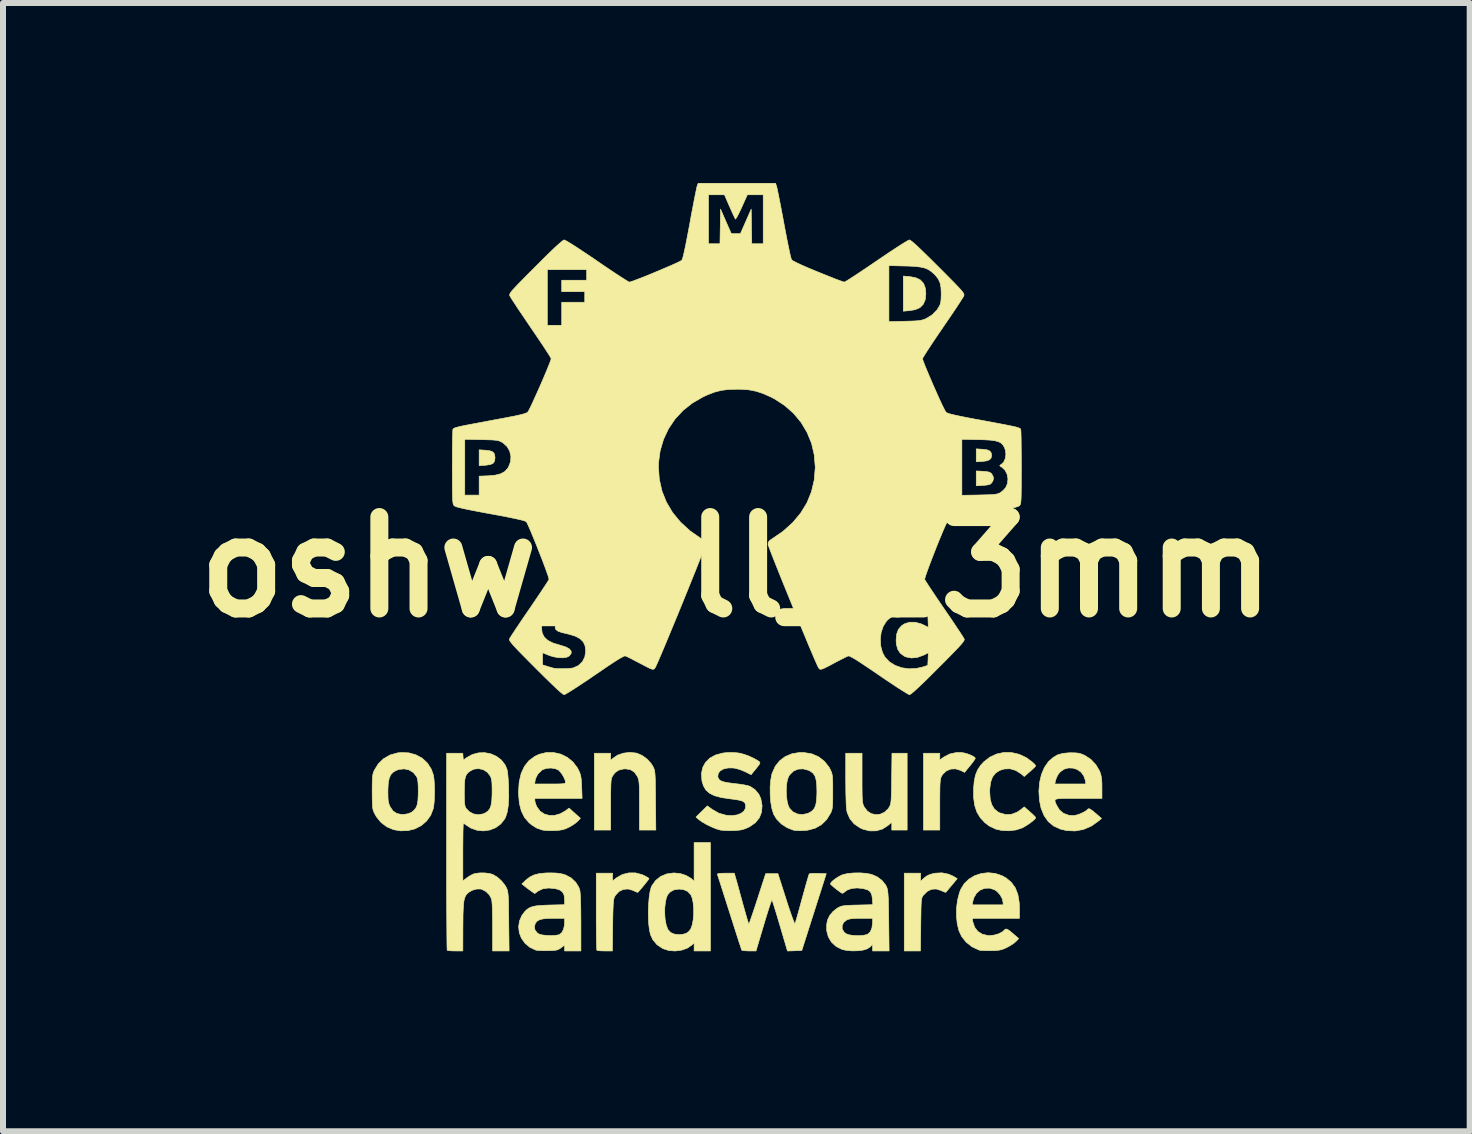
<source format=kicad_pcb>
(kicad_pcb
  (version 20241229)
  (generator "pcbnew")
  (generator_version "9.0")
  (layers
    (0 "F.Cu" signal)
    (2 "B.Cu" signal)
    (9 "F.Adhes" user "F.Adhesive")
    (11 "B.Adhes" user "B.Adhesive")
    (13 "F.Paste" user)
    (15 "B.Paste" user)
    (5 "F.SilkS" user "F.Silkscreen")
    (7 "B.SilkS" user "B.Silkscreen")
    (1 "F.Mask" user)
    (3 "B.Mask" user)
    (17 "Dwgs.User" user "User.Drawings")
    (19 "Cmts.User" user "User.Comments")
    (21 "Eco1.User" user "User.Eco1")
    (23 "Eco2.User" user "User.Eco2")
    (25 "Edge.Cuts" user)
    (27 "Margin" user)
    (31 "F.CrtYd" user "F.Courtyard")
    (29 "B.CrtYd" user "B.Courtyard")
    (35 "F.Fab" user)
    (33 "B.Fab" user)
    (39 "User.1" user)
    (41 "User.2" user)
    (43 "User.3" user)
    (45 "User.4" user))
  (footprint "oshw_all_13mm"
    (layer "F.Cu")
    (at 9.224 6.403)
    (property "Reference" "oshw_all_13mm" (at 0 0 0) (layer "F.SilkS") (effects (font (size 1.524 1.524) (thickness 0.3))))
    (attr through_hole)
    (fp_poly (pts (xy 4.105 -1.964) (xy 4.178 -1.955) (xy 4.225 -1.935) (xy 4.249 -1.902) (xy 4.255 -1.863) (xy 4.246 -1.818) (xy 4.218 -1.788) (xy 4.167 -1.77) (xy 4.105 -1.762) (xy 3.999 -1.756) (xy 3.999 -1.971) (xy 4.105 -1.964)) (stroke (width 0.01) (type solid)) (fill yes) (layer "F.SilkS"))
    (fp_poly (pts (xy -4.182 -1.948) (xy -4.108 -1.939) (xy -4.059 -1.92) (xy -4.033 -1.887) (xy -4.024 -1.836) (xy -4.023 -1.823) (xy -4.03 -1.769) (xy -4.052 -1.733) (xy -4.096 -1.711) (xy -4.165 -1.7) (xy -4.182 -1.698) (xy -4.287 -1.692) (xy -4.287 -1.955) (xy -4.182 -1.948)) (stroke (width 0.01) (type solid)) (fill yes) (layer "F.SilkS"))
    (fp_poly (pts (xy 2.886 -4.843) (xy 2.989 -4.824) (xy 3.067 -4.787) (xy 3.12 -4.73) (xy 3.15 -4.651) (xy 3.159 -4.559) (xy 3.149 -4.459) (xy 3.116 -4.382) (xy 3.061 -4.326) (xy 2.981 -4.291) (xy 2.886 -4.275) (xy 2.783 -4.266) (xy 2.783 -4.851) (xy 2.886 -4.843)) (stroke (width 0.01) (type solid)) (fill yes) (layer "F.SilkS"))
    (fp_poly (pts (xy 4.113 -1.597) (xy 4.176 -1.591) (xy 4.216 -1.583) (xy 4.242 -1.568) (xy 4.257 -1.553) (xy 4.279 -1.514) (xy 4.287 -1.48) (xy 4.277 -1.44) (xy 4.257 -1.406) (xy 4.235 -1.385) (xy 4.205 -1.373) (xy 4.158 -1.366) (xy 4.113 -1.362) (xy 3.999 -1.356) (xy 3.999 -1.603) (xy 4.113 -1.597)) (stroke (width 0.01) (type solid)) (fill yes) (layer "F.SilkS"))
    (fp_poly (pts (xy 3.802 3.099) (xy 3.862 3.116) (xy 3.917 3.138) (xy 3.959 3.161) (xy 3.981 3.181) (xy 3.983 3.187) (xy 3.973 3.206) (xy 3.948 3.243) (xy 3.911 3.291) (xy 3.893 3.313) (xy 3.804 3.422) (xy 3.739 3.389) (xy 3.657 3.363) (xy 3.576 3.366) (xy 3.502 3.396) (xy 3.442 3.451) (xy 3.419 3.488) (xy 3.41 3.508) (xy 3.404 3.533) (xy 3.399 3.568) (xy 3.395 3.616) (xy 3.393 3.681) (xy 3.392 3.767) (xy 3.391 3.879) (xy 3.391 3.963) (xy 3.391 4.383) (xy 3.119 4.383) (xy 3.119 3.103) (xy 3.391 3.103) (xy 3.391 3.215) (xy 3.454 3.169) (xy 3.554 3.116) (xy 3.666 3.091) (xy 3.747 3.09) (xy 3.802 3.099)) (stroke (width 0.01) (type solid)) (fill yes) (layer "F.SilkS"))
    (fp_poly (pts (xy 3.537 5.118) (xy 3.621 5.156) (xy 3.682 5.193) (xy 3.589 5.304) (xy 3.548 5.353) (xy 3.515 5.393) (xy 3.495 5.417) (xy 3.492 5.421) (xy 3.476 5.418) (xy 3.441 5.404) (xy 3.413 5.391) (xy 3.331 5.365) (xy 3.253 5.37) (xy 3.181 5.406) (xy 3.114 5.473) (xy 3.112 5.476) (xy 3.102 5.491) (xy 3.094 5.509) (xy 3.089 5.533) (xy 3.084 5.567) (xy 3.081 5.616) (xy 3.078 5.683) (xy 3.077 5.773) (xy 3.075 5.888) (xy 3.074 5.959) (xy 3.069 6.398) (xy 2.799 6.398) (xy 2.799 5.102) (xy 3.071 5.102) (xy 3.071 5.236) (xy 3.115 5.195) (xy 3.166 5.154) (xy 3.219 5.126) (xy 3.288 5.107) (xy 3.314 5.102) (xy 3.426 5.096) (xy 3.537 5.118)) (stroke (width 0.01) (type solid)) (fill yes) (layer "F.SilkS"))
    (fp_poly (pts (xy 2.095 3.516) (xy 2.095 3.642) (xy 2.096 3.741) (xy 2.097 3.816) (xy 2.1 3.871) (xy 2.103 3.912) (xy 2.109 3.942) (xy 2.116 3.966) (xy 2.126 3.988) (xy 2.132 3.999) (xy 2.183 4.066) (xy 2.248 4.109) (xy 2.322 4.126) (xy 2.397 4.119) (xy 2.468 4.087) (xy 2.529 4.03) (xy 2.55 3.999) (xy 2.56 3.98) (xy 2.568 3.958) (xy 2.574 3.93) (xy 2.579 3.891) (xy 2.582 3.837) (xy 2.585 3.764) (xy 2.587 3.668) (xy 2.588 3.544) (xy 2.589 3.523) (xy 2.594 3.103) (xy 2.847 3.103) (xy 2.847 4.383) (xy 2.591 4.383) (xy 2.591 4.252) (xy 2.527 4.307) (xy 2.435 4.366) (xy 2.332 4.396) (xy 2.223 4.397) (xy 2.112 4.369) (xy 2.061 4.346) (xy 1.964 4.28) (xy 1.893 4.195) (xy 1.848 4.092) (xy 1.841 4.062) (xy 1.836 4.022) (xy 1.831 3.954) (xy 1.828 3.863) (xy 1.825 3.753) (xy 1.824 3.629) (xy 1.823 3.542) (xy 1.823 3.103) (xy 2.095 3.103) (xy 2.095 3.516)) (stroke (width 0.01) (type solid)) (fill yes) (layer "F.SilkS"))
    (fp_poly (pts (xy -1.682 5.097) (xy -1.574 5.125) (xy -1.54 5.14) (xy -1.495 5.164) (xy -1.464 5.183) (xy -1.456 5.192) (xy -1.465 5.208) (xy -1.49 5.24) (xy -1.524 5.283) (xy -1.562 5.33) (xy -1.599 5.373) (xy -1.628 5.406) (xy -1.644 5.422) (xy -1.646 5.422) (xy -1.663 5.416) (xy -1.7 5.4) (xy -1.722 5.389) (xy -1.804 5.365) (xy -1.883 5.372) (xy -1.955 5.406) (xy -2.013 5.468) (xy -2.028 5.492) (xy -2.036 5.511) (xy -2.043 5.536) (xy -2.048 5.572) (xy -2.052 5.622) (xy -2.055 5.69) (xy -2.058 5.779) (xy -2.06 5.895) (xy -2.061 5.97) (xy -2.066 6.398) (xy -2.19 6.398) (xy -2.25 6.397) (xy -2.297 6.393) (xy -2.323 6.388) (xy -2.325 6.387) (xy -2.327 6.37) (xy -2.329 6.323) (xy -2.331 6.252) (xy -2.333 6.159) (xy -2.334 6.048) (xy -2.335 5.922) (xy -2.335 5.785) (xy -2.335 5.74) (xy -2.335 5.102) (xy -2.063 5.102) (xy -2.063 5.23) (xy -1.991 5.175) (xy -1.898 5.123) (xy -1.792 5.097) (xy -1.682 5.097)) (stroke (width 0.01) (type solid)) (fill yes) (layer "F.SilkS"))
    (fp_poly (pts (xy -1.672 3.099) (xy -1.654 3.103) (xy -1.567 3.142) (xy -1.484 3.203) (xy -1.417 3.279) (xy -1.392 3.32) (xy -1.38 3.343) (xy -1.371 3.365) (xy -1.364 3.389) (xy -1.359 3.421) (xy -1.355 3.463) (xy -1.352 3.519) (xy -1.35 3.594) (xy -1.349 3.69) (xy -1.347 3.813) (xy -1.347 3.891) (xy -1.342 4.383) (xy -1.615 4.383) (xy -1.615 3.97) (xy -1.616 3.844) (xy -1.616 3.746) (xy -1.617 3.671) (xy -1.62 3.615) (xy -1.624 3.574) (xy -1.629 3.543) (xy -1.637 3.518) (xy -1.647 3.496) (xy -1.651 3.486) (xy -1.701 3.417) (xy -1.765 3.376) (xy -1.846 3.363) (xy -1.877 3.364) (xy -1.961 3.384) (xy -2.026 3.429) (xy -2.067 3.488) (xy -2.076 3.508) (xy -2.083 3.533) (xy -2.088 3.568) (xy -2.091 3.616) (xy -2.093 3.681) (xy -2.095 3.767) (xy -2.095 3.879) (xy -2.095 3.963) (xy -2.095 4.383) (xy -2.367 4.383) (xy -2.367 3.103) (xy -2.095 3.103) (xy -2.095 3.221) (xy -2.059 3.188) (xy -1.979 3.134) (xy -1.882 3.101) (xy -1.776 3.088) (xy -1.672 3.099)) (stroke (width 0.01) (type solid)) (fill yes) (layer "F.SilkS"))
    (fp_poly (pts (xy 4.588 3.091) (xy 4.713 3.12) (xy 4.833 3.176) (xy 4.945 3.259) (xy 4.946 3.261) (xy 4.975 3.29) (xy 4.99 3.31) (xy 4.99 3.312) (xy 4.979 3.327) (xy 4.949 3.357) (xy 4.907 3.396) (xy 4.895 3.407) (xy 4.799 3.49) (xy 4.747 3.446) (xy 4.657 3.389) (xy 4.561 3.361) (xy 4.464 3.365) (xy 4.389 3.389) (xy 4.319 3.435) (xy 4.269 3.5) (xy 4.238 3.587) (xy 4.224 3.698) (xy 4.223 3.743) (xy 4.231 3.863) (xy 4.256 3.958) (xy 4.3 4.031) (xy 4.363 4.083) (xy 4.389 4.096) (xy 4.486 4.124) (xy 4.584 4.121) (xy 4.678 4.086) (xy 4.746 4.04) (xy 4.798 3.996) (xy 4.894 4.08) (xy 4.939 4.12) (xy 4.973 4.154) (xy 4.99 4.174) (xy 4.99 4.176) (xy 4.978 4.197) (xy 4.944 4.228) (xy 4.897 4.265) (xy 4.843 4.302) (xy 4.789 4.334) (xy 4.767 4.346) (xy 4.662 4.381) (xy 4.543 4.395) (xy 4.421 4.389) (xy 4.324 4.367) (xy 4.215 4.315) (xy 4.143 4.26) (xy 4.065 4.176) (xy 4.009 4.082) (xy 3.973 3.972) (xy 3.955 3.843) (xy 3.954 3.694) (xy 3.965 3.568) (xy 3.986 3.467) (xy 4.021 3.381) (xy 4.072 3.304) (xy 4.125 3.246) (xy 4.227 3.167) (xy 4.34 3.115) (xy 4.462 3.089) (xy 4.588 3.091)) (stroke (width 0.01) (type solid)) (fill yes) (layer "F.SilkS"))
    (fp_poly (pts (xy -0.432 6.398) (xy -0.704 6.398) (xy -0.704 6.264) (xy -0.74 6.298) (xy -0.818 6.352) (xy -0.914 6.385) (xy -1.019 6.399) (xy -1.125 6.391) (xy -1.222 6.36) (xy -1.228 6.357) (xy -1.322 6.294) (xy -1.392 6.211) (xy -1.431 6.127) (xy -1.448 6.051) (xy -1.46 5.954) (xy -1.466 5.844) (xy -1.466 5.778) (xy -1.194 5.778) (xy -1.187 5.871) (xy -1.168 5.971) (xy -1.139 6.043) (xy -1.095 6.091) (xy -1.036 6.117) (xy -0.956 6.126) (xy -0.955 6.126) (xy -0.898 6.121) (xy -0.847 6.109) (xy -0.833 6.103) (xy -0.789 6.071) (xy -0.757 6.025) (xy -0.734 5.959) (xy -0.718 5.87) (xy -0.711 5.779) (xy -0.712 5.684) (xy -0.72 5.594) (xy -0.736 5.518) (xy -0.757 5.465) (xy -0.759 5.462) (xy -0.811 5.406) (xy -0.881 5.375) (xy -0.952 5.367) (xy -1.037 5.379) (xy -1.103 5.414) (xy -1.145 5.462) (xy -1.167 5.515) (xy -1.183 5.59) (xy -1.193 5.681) (xy -1.194 5.778) (xy -1.466 5.778) (xy -1.467 5.728) (xy -1.462 5.612) (xy -1.453 5.504) (xy -1.439 5.41) (xy -1.42 5.338) (xy -1.41 5.315) (xy -1.347 5.225) (xy -1.263 5.157) (xy -1.161 5.114) (xy -1.045 5.098) (xy -1.04 5.098) (xy -0.935 5.108) (xy -0.837 5.14) (xy -0.756 5.188) (xy -0.74 5.202) (xy -0.704 5.236) (xy -0.704 4.591) (xy -0.432 4.591) (xy -0.432 6.398)) (stroke (width 0.01) (type solid)) (fill yes) (layer "F.SilkS"))
    (fp_poly (pts (xy 4.315 5.106) (xy 4.428 5.144) (xy 4.497 5.182) (xy 4.585 5.256) (xy 4.65 5.347) (xy 4.693 5.459) (xy 4.715 5.592) (xy 4.719 5.686) (xy 4.719 5.854) (xy 3.931 5.854) (xy 3.942 5.914) (xy 3.973 6.005) (xy 4.027 6.074) (xy 4.102 6.12) (xy 4.195 6.141) (xy 4.226 6.142) (xy 4.301 6.133) (xy 4.375 6.111) (xy 4.434 6.08) (xy 4.461 6.057) (xy 4.478 6.039) (xy 4.496 6.032) (xy 4.52 6.039) (xy 4.555 6.062) (xy 4.604 6.103) (xy 4.648 6.141) (xy 4.706 6.192) (xy 4.661 6.24) (xy 4.622 6.272) (xy 4.567 6.308) (xy 4.511 6.339) (xy 4.459 6.363) (xy 4.414 6.378) (xy 4.367 6.387) (xy 4.305 6.392) (xy 4.247 6.393) (xy 4.174 6.393) (xy 4.11 6.391) (xy 4.062 6.387) (xy 4.047 6.384) (xy 3.929 6.329) (xy 3.828 6.249) (xy 3.753 6.153) (xy 3.71 6.059) (xy 3.682 5.945) (xy 3.669 5.817) (xy 3.67 5.683) (xy 3.677 5.63) (xy 3.931 5.63) (xy 4.447 5.63) (xy 4.447 5.594) (xy 4.433 5.529) (xy 4.397 5.463) (xy 4.345 5.406) (xy 4.303 5.377) (xy 4.22 5.351) (xy 4.139 5.354) (xy 4.066 5.383) (xy 4.004 5.435) (xy 3.96 5.509) (xy 3.942 5.57) (xy 3.931 5.63) (xy 3.677 5.63) (xy 3.687 5.551) (xy 3.719 5.428) (xy 3.739 5.374) (xy 3.798 5.277) (xy 3.878 5.2) (xy 3.975 5.142) (xy 4.084 5.107) (xy 4.198 5.094) (xy 4.315 5.106)) (stroke (width 0.01) (type solid)) (fill yes) (layer "F.SilkS"))
    (fp_poly (pts (xy 1.128 3.091) (xy 1.258 3.113) (xy 1.373 3.163) (xy 1.47 3.239) (xy 1.547 3.338) (xy 1.573 3.389) (xy 1.586 3.419) (xy 1.595 3.45) (xy 1.601 3.488) (xy 1.605 3.538) (xy 1.607 3.607) (xy 1.607 3.7) (xy 1.607 3.743) (xy 1.607 3.846) (xy 1.606 3.924) (xy 1.603 3.98) (xy 1.598 4.022) (xy 1.59 4.055) (xy 1.579 4.085) (xy 1.573 4.097) (xy 1.506 4.207) (xy 1.419 4.292) (xy 1.314 4.352) (xy 1.19 4.385) (xy 1.125 4.391) (xy 1.057 4.393) (xy 0.997 4.391) (xy 0.955 4.385) (xy 0.952 4.385) (xy 0.845 4.343) (xy 0.749 4.28) (xy 0.672 4.201) (xy 0.623 4.121) (xy 0.594 4.031) (xy 0.574 3.92) (xy 0.564 3.796) (xy 0.564 3.719) (xy 0.832 3.719) (xy 0.835 3.815) (xy 0.847 3.905) (xy 0.866 3.979) (xy 0.885 4.018) (xy 0.943 4.079) (xy 1.017 4.115) (xy 1.101 4.125) (xy 1.186 4.107) (xy 1.217 4.094) (xy 1.265 4.063) (xy 1.3 4.022) (xy 1.323 3.966) (xy 1.337 3.891) (xy 1.342 3.792) (xy 1.343 3.743) (xy 1.34 3.632) (xy 1.33 3.548) (xy 1.312 3.486) (xy 1.283 3.44) (xy 1.241 3.407) (xy 1.206 3.388) (xy 1.115 3.363) (xy 1.03 3.367) (xy 0.954 3.399) (xy 0.892 3.459) (xy 0.874 3.485) (xy 0.851 3.545) (xy 0.837 3.626) (xy 0.832 3.719) (xy 0.564 3.719) (xy 0.563 3.67) (xy 0.573 3.551) (xy 0.593 3.447) (xy 0.598 3.433) (xy 0.648 3.321) (xy 0.722 3.228) (xy 0.816 3.157) (xy 0.928 3.111) (xy 1.054 3.09) (xy 1.128 3.091)) (stroke (width 0.01) (type solid)) (fill yes) (layer "F.SilkS"))
    (fp_poly (pts (xy -3.043 3.091) (xy -2.926 3.118) (xy -2.818 3.171) (xy -2.724 3.248) (xy -2.649 3.347) (xy -2.626 3.391) (xy -2.607 3.436) (xy -2.594 3.48) (xy -2.586 3.534) (xy -2.581 3.605) (xy -2.578 3.667) (xy -2.571 3.855) (xy -3.359 3.855) (xy -3.359 3.891) (xy -3.352 3.927) (xy -3.334 3.976) (xy -3.323 3.999) (xy -3.271 4.069) (xy -3.201 4.116) (xy -3.119 4.139) (xy -3.029 4.138) (xy -2.936 4.112) (xy -2.846 4.061) (xy -2.839 4.055) (xy -2.789 4.017) (xy -2.694 4.102) (xy -2.599 4.187) (xy -2.647 4.238) (xy -2.687 4.272) (xy -2.743 4.309) (xy -2.795 4.338) (xy -2.853 4.364) (xy -2.906 4.379) (xy -2.967 4.388) (xy -3.035 4.392) (xy -3.107 4.393) (xy -3.175 4.39) (xy -3.226 4.384) (xy -3.236 4.382) (xy -3.327 4.35) (xy -3.41 4.298) (xy -3.457 4.259) (xy -3.531 4.173) (xy -3.584 4.066) (xy -3.617 3.937) (xy -3.63 3.784) (xy -3.631 3.748) (xy -3.622 3.615) (xy -3.363 3.615) (xy -3.105 3.615) (xy -3.009 3.615) (xy -2.94 3.614) (xy -2.894 3.611) (xy -2.866 3.607) (xy -2.852 3.6) (xy -2.847 3.591) (xy -2.847 3.586) (xy -2.857 3.543) (xy -2.883 3.489) (xy -2.917 3.435) (xy -2.953 3.393) (xy -2.964 3.384) (xy -3.02 3.359) (xy -3.09 3.349) (xy -3.163 3.354) (xy -3.224 3.374) (xy -3.241 3.384) (xy -3.309 3.45) (xy -3.347 3.526) (xy -3.353 3.555) (xy -3.363 3.615) (xy -3.622 3.615) (xy -3.62 3.582) (xy -3.587 3.44) (xy -3.532 3.321) (xy -3.456 3.225) (xy -3.357 3.153) (xy -3.286 3.12) (xy -3.165 3.09) (xy -3.043 3.091)) (stroke (width 0.01) (type solid)) (fill yes) (layer "F.SilkS"))
    (fp_poly (pts (xy -5.46 3.096) (xy -5.341 3.129) (xy -5.236 3.186) (xy -5.15 3.266) (xy -5.086 3.366) (xy -5.052 3.459) (xy -5.041 3.522) (xy -5.034 3.608) (xy -5.031 3.706) (xy -5.032 3.807) (xy -5.036 3.903) (xy -5.044 3.983) (xy -5.052 4.026) (xy -5.096 4.139) (xy -5.165 4.234) (xy -5.253 4.309) (xy -5.358 4.363) (xy -5.474 4.392) (xy -5.599 4.396) (xy -5.711 4.377) (xy -5.824 4.33) (xy -5.922 4.257) (xy -6.001 4.16) (xy -6.036 4.096) (xy -6.049 4.066) (xy -6.058 4.035) (xy -6.064 3.996) (xy -6.067 3.945) (xy -6.069 3.876) (xy -6.07 3.781) (xy -6.07 3.745) (xy -5.808 3.745) (xy -5.807 3.827) (xy -5.804 3.886) (xy -5.796 3.93) (xy -5.784 3.967) (xy -5.771 3.995) (xy -5.723 4.065) (xy -5.66 4.107) (xy -5.581 4.123) (xy -5.538 4.122) (xy -5.468 4.11) (xy -5.414 4.087) (xy -5.41 4.084) (xy -5.368 4.048) (xy -5.338 4.008) (xy -5.319 3.959) (xy -5.308 3.893) (xy -5.303 3.805) (xy -5.302 3.743) (xy -5.303 3.652) (xy -5.307 3.587) (xy -5.313 3.54) (xy -5.323 3.507) (xy -5.33 3.492) (xy -5.384 3.424) (xy -5.455 3.381) (xy -5.537 3.363) (xy -5.625 3.373) (xy -5.668 3.388) (xy -5.721 3.419) (xy -5.759 3.459) (xy -5.785 3.514) (xy -5.801 3.588) (xy -5.807 3.688) (xy -5.808 3.745) (xy -6.07 3.745) (xy -6.07 3.743) (xy -6.07 3.639) (xy -6.068 3.562) (xy -6.065 3.505) (xy -6.06 3.463) (xy -6.052 3.43) (xy -6.041 3.401) (xy -6.036 3.389) (xy -5.969 3.28) (xy -5.881 3.194) (xy -5.773 3.132) (xy -5.65 3.097) (xy -5.591 3.091) (xy -5.46 3.096)) (stroke (width 0.01) (type solid)) (fill yes) (layer "F.SilkS"))
    (fp_poly (pts (xy 5.649 3.096) (xy 5.704 3.102) (xy 5.749 3.114) (xy 5.797 3.134) (xy 5.81 3.14) (xy 5.91 3.206) (xy 5.993 3.294) (xy 6.054 3.398) (xy 6.062 3.417) (xy 6.078 3.469) (xy 6.088 3.526) (xy 6.093 3.597) (xy 6.094 3.679) (xy 6.094 3.855) (xy 5.702 3.855) (xy 5.576 3.855) (xy 5.479 3.855) (xy 5.408 3.857) (xy 5.358 3.862) (xy 5.328 3.869) (xy 5.313 3.882) (xy 5.311 3.899) (xy 5.318 3.923) (xy 5.331 3.954) (xy 5.335 3.963) (xy 5.385 4.047) (xy 5.453 4.104) (xy 5.54 4.136) (xy 5.614 4.142) (xy 5.665 4.134) (xy 5.727 4.114) (xy 5.788 4.086) (xy 5.836 4.057) (xy 5.852 4.041) (xy 5.866 4.029) (xy 5.883 4.028) (xy 5.907 4.04) (xy 5.944 4.067) (xy 5.999 4.113) (xy 6.022 4.133) (xy 6.086 4.189) (xy 6.038 4.231) (xy 5.916 4.317) (xy 5.785 4.373) (xy 5.648 4.398) (xy 5.508 4.392) (xy 5.402 4.367) (xy 5.29 4.316) (xy 5.199 4.241) (xy 5.129 4.141) (xy 5.079 4.017) (xy 5.052 3.885) (xy 5.043 3.733) (xy 5.053 3.615) (xy 5.308 3.615) (xy 5.826 3.615) (xy 5.817 3.555) (xy 5.79 3.477) (xy 5.742 3.415) (xy 5.68 3.372) (xy 5.608 3.35) (xy 5.533 3.348) (xy 5.46 3.369) (xy 5.397 3.415) (xy 5.366 3.453) (xy 5.339 3.504) (xy 5.321 3.554) (xy 5.319 3.563) (xy 5.308 3.615) (xy 5.053 3.615) (xy 5.055 3.588) (xy 5.086 3.455) (xy 5.135 3.34) (xy 5.2 3.246) (xy 5.208 3.238) (xy 5.281 3.173) (xy 5.356 3.129) (xy 5.442 3.105) (xy 5.547 3.095) (xy 5.574 3.095) (xy 5.649 3.096)) (stroke (width 0.01) (type solid)) (fill yes) (layer "F.SilkS"))
    (fp_poly (pts (xy -3.013 5.099) (xy -2.946 5.106) (xy -2.889 5.118) (xy -2.844 5.133) (xy -2.751 5.183) (xy -2.677 5.254) (xy -2.625 5.338) (xy -2.608 5.392) (xy -2.603 5.431) (xy -2.599 5.498) (xy -2.596 5.588) (xy -2.593 5.697) (xy -2.592 5.822) (xy -2.591 5.935) (xy -2.591 6.398) (xy -2.863 6.398) (xy -2.863 6.3) (xy -2.921 6.345) (xy -2.951 6.365) (xy -2.979 6.379) (xy -3.016 6.387) (xy -3.067 6.391) (xy -3.141 6.393) (xy -3.215 6.394) (xy -3.279 6.391) (xy -3.327 6.387) (xy -3.343 6.384) (xy -3.443 6.337) (xy -3.523 6.269) (xy -3.582 6.187) (xy -3.618 6.095) (xy -3.629 5.997) (xy -3.629 5.994) (xy -3.367 5.994) (xy -3.356 6.05) (xy -3.319 6.097) (xy -3.29 6.116) (xy -3.244 6.13) (xy -3.177 6.138) (xy -3.101 6.142) (xy -3.028 6.14) (xy -2.969 6.131) (xy -2.951 6.126) (xy -2.911 6.095) (xy -2.881 6.039) (xy -2.865 5.966) (xy -2.863 5.927) (xy -2.863 5.854) (xy -3.042 5.854) (xy -3.147 5.856) (xy -3.225 5.864) (xy -3.281 5.878) (xy -3.32 5.901) (xy -3.348 5.933) (xy -3.35 5.937) (xy -3.367 5.994) (xy -3.629 5.994) (xy -3.615 5.899) (xy -3.574 5.805) (xy -3.529 5.745) (xy -3.491 5.707) (xy -3.45 5.68) (xy -3.401 5.66) (xy -3.338 5.647) (xy -3.256 5.639) (xy -3.149 5.634) (xy -3.115 5.633) (xy -2.863 5.627) (xy -2.863 5.542) (xy -2.871 5.467) (xy -2.899 5.414) (xy -2.95 5.379) (xy -3.023 5.358) (xy -3.131 5.349) (xy -3.226 5.362) (xy -3.302 5.398) (xy -3.308 5.402) (xy -3.361 5.441) (xy -3.42 5.4) (xy -3.47 5.364) (xy -3.518 5.327) (xy -3.527 5.32) (xy -3.575 5.281) (xy -3.508 5.217) (xy -3.443 5.166) (xy -3.369 5.13) (xy -3.281 5.108) (xy -3.172 5.098) (xy -3.103 5.097) (xy -3.013 5.099)) (stroke (width 0.01) (type solid)) (fill yes) (layer "F.SilkS"))
    (fp_poly (pts (xy -0.004 3.094) (xy 0.055 3.101) (xy 0.126 3.12) (xy 0.207 3.149) (xy 0.285 3.185) (xy 0.35 3.221) (xy 0.374 3.237) (xy 0.387 3.249) (xy 0.393 3.261) (xy 0.389 3.278) (xy 0.371 3.304) (xy 0.339 3.346) (xy 0.289 3.407) (xy 0.284 3.413) (xy 0.246 3.46) (xy 0.141 3.408) (xy 0.061 3.375) (xy -0.02 3.353) (xy -0.053 3.348) (xy -0.14 3.348) (xy -0.212 3.364) (xy -0.268 3.395) (xy -0.301 3.437) (xy -0.309 3.487) (xy -0.303 3.514) (xy -0.287 3.541) (xy -0.26 3.562) (xy -0.217 3.578) (xy -0.154 3.592) (xy -0.065 3.604) (xy -0.02 3.609) (xy 0.061 3.619) (xy 0.136 3.631) (xy 0.195 3.644) (xy 0.229 3.655) (xy 0.313 3.711) (xy 0.376 3.788) (xy 0.408 3.86) (xy 0.429 3.977) (xy 0.42 4.085) (xy 0.383 4.18) (xy 0.316 4.261) (xy 0.223 4.326) (xy 0.19 4.342) (xy 0.129 4.367) (xy 0.07 4.382) (xy 0.002 4.389) (xy -0.055 4.392) (xy -0.13 4.393) (xy -0.202 4.39) (xy -0.259 4.384) (xy -0.271 4.382) (xy -0.337 4.362) (xy -0.417 4.329) (xy -0.5 4.289) (xy -0.573 4.246) (xy -0.62 4.212) (xy -0.673 4.167) (xy -0.578 4.073) (xy -0.484 3.98) (xy -0.402 4.039) (xy -0.29 4.103) (xy -0.171 4.136) (xy -0.081 4.142) (xy 0.005 4.132) (xy 0.076 4.106) (xy 0.127 4.066) (xy 0.154 4.017) (xy 0.154 3.962) (xy 0.143 3.933) (xy 0.121 3.911) (xy 0.084 3.894) (xy 0.028 3.881) (xy -0.052 3.869) (xy -0.118 3.861) (xy -0.255 3.84) (xy -0.363 3.811) (xy -0.446 3.77) (xy -0.507 3.716) (xy -0.548 3.647) (xy -0.574 3.561) (xy -0.574 3.559) (xy -0.582 3.444) (xy -0.561 3.342) (xy -0.514 3.255) (xy -0.442 3.184) (xy -0.346 3.132) (xy -0.229 3.1) (xy -0.16 3.092) (xy -0.084 3.09) (xy -0.004 3.094)) (stroke (width 0.01) (type solid)) (fill yes) (layer "F.SilkS"))
    (fp_poly (pts (xy -0.011 5.183) (xy 0.001 5.223) (xy 0.019 5.287) (xy 0.042 5.371) (xy 0.068 5.468) (xy 0.097 5.572) (xy 0.106 5.607) (xy 0.134 5.706) (xy 0.159 5.794) (xy 0.18 5.867) (xy 0.196 5.919) (xy 0.206 5.947) (xy 0.208 5.95) (xy 0.215 5.936) (xy 0.231 5.894) (xy 0.253 5.83) (xy 0.281 5.748) (xy 0.314 5.65) (xy 0.349 5.541) (xy 0.353 5.53) (xy 0.489 5.11) (xy 0.693 5.11) (xy 0.83 5.538) (xy 0.865 5.648) (xy 0.898 5.745) (xy 0.927 5.828) (xy 0.951 5.891) (xy 0.968 5.932) (xy 0.977 5.946) (xy 0.977 5.946) (xy 0.984 5.926) (xy 0.998 5.879) (xy 1.018 5.81) (xy 1.042 5.723) (xy 1.07 5.622) (xy 1.096 5.526) (xy 1.126 5.418) (xy 1.153 5.32) (xy 1.177 5.236) (xy 1.196 5.171) (xy 1.209 5.129) (xy 1.215 5.114) (xy 1.235 5.108) (xy 1.279 5.105) (xy 1.339 5.105) (xy 1.363 5.106) (xy 1.499 5.11) (xy 1.295 5.75) (xy 1.091 6.39) (xy 0.972 6.395) (xy 0.852 6.399) (xy 0.728 5.979) (xy 0.695 5.868) (xy 0.665 5.767) (xy 0.638 5.681) (xy 0.617 5.613) (xy 0.601 5.567) (xy 0.594 5.547) (xy 0.594 5.547) (xy 0.587 5.559) (xy 0.572 5.598) (xy 0.551 5.66) (xy 0.525 5.741) (xy 0.495 5.838) (xy 0.462 5.947) (xy 0.456 5.967) (xy 0.328 6.398) (xy 0.213 6.398) (xy 0.156 6.396) (xy 0.112 6.392) (xy 0.091 6.387) (xy 0.091 6.386) (xy 0.084 6.369) (xy 0.07 6.324) (xy 0.047 6.256) (xy 0.018 6.166) (xy -0.016 6.06) (xy -0.054 5.94) (xy -0.096 5.808) (xy -0.112 5.758) (xy -0.155 5.624) (xy -0.195 5.498) (xy -0.231 5.385) (xy -0.262 5.288) (xy -0.287 5.21) (xy -0.305 5.155) (xy -0.315 5.126) (xy -0.316 5.122) (xy -0.311 5.112) (xy -0.286 5.106) (xy -0.236 5.103) (xy -0.179 5.102) (xy -0.034 5.102) (xy -0.011 5.183)) (stroke (width 0.01) (type solid)) (fill yes) (layer "F.SilkS"))
    (fp_poly (pts (xy 2.168 5.105) (xy 2.254 5.122) (xy 2.256 5.123) (xy 2.348 5.163) (xy 2.428 5.223) (xy 2.487 5.296) (xy 2.505 5.33) (xy 2.513 5.353) (xy 2.52 5.38) (xy 2.525 5.415) (xy 2.529 5.462) (xy 2.533 5.525) (xy 2.535 5.607) (xy 2.537 5.712) (xy 2.539 5.844) (xy 2.54 5.898) (xy 2.546 6.398) (xy 2.271 6.398) (xy 2.271 6.338) (xy 2.269 6.302) (xy 2.264 6.293) (xy 2.253 6.308) (xy 2.228 6.332) (xy 2.187 6.359) (xy 2.17 6.367) (xy 2.107 6.385) (xy 2.024 6.395) (xy 1.933 6.397) (xy 1.844 6.39) (xy 1.769 6.375) (xy 1.76 6.372) (xy 1.662 6.322) (xy 1.585 6.251) (xy 1.533 6.163) (xy 1.506 6.061) (xy 1.506 5.974) (xy 1.764 5.974) (xy 1.764 6.029) (xy 1.792 6.08) (xy 1.828 6.111) (xy 1.877 6.129) (xy 1.947 6.14) (xy 2.026 6.143) (xy 2.102 6.14) (xy 2.166 6.128) (xy 2.191 6.118) (xy 2.233 6.079) (xy 2.26 6.014) (xy 2.271 5.927) (xy 2.271 5.914) (xy 2.271 5.854) (xy 2.083 5.854) (xy 1.993 5.855) (xy 1.928 5.859) (xy 1.881 5.867) (xy 1.846 5.879) (xy 1.84 5.882) (xy 1.789 5.922) (xy 1.764 5.974) (xy 1.506 5.974) (xy 1.507 5.95) (xy 1.52 5.882) (xy 1.555 5.809) (xy 1.612 5.74) (xy 1.684 5.684) (xy 1.702 5.673) (xy 1.731 5.66) (xy 1.762 5.65) (xy 1.802 5.643) (xy 1.857 5.639) (xy 1.932 5.635) (xy 2.021 5.633) (xy 2.275 5.627) (xy 2.268 5.532) (xy 2.257 5.46) (xy 2.232 5.411) (xy 2.189 5.38) (xy 2.119 5.36) (xy 2.111 5.358) (xy 2.012 5.348) (xy 1.923 5.356) (xy 1.85 5.382) (xy 1.824 5.4) (xy 1.792 5.425) (xy 1.77 5.438) (xy 1.768 5.438) (xy 1.749 5.429) (xy 1.715 5.405) (xy 1.672 5.373) (xy 1.628 5.338) (xy 1.592 5.306) (xy 1.57 5.285) (xy 1.568 5.279) (xy 1.581 5.255) (xy 1.615 5.222) (xy 1.662 5.187) (xy 1.715 5.154) (xy 1.767 5.129) (xy 1.777 5.126) (xy 1.858 5.107) (xy 1.959 5.098) (xy 2.066 5.097) (xy 2.168 5.105)) (stroke (width 0.01) (type solid)) (fill yes) (layer "F.SilkS"))
    (fp_poly (pts (xy -4.091 3.113) (xy -3.997 3.155) (xy -3.917 3.216) (xy -3.855 3.296) (xy -3.822 3.373) (xy -3.815 3.41) (xy -3.808 3.471) (xy -3.802 3.549) (xy -3.797 3.636) (xy -3.796 3.663) (xy -3.794 3.83) (xy -3.801 3.968) (xy -3.818 4.08) (xy -3.846 4.167) (xy -3.863 4.2) (xy -3.929 4.283) (xy -4.013 4.344) (xy -4.111 4.382) (xy -4.215 4.397) (xy -4.321 4.387) (xy -4.423 4.351) (xy -4.488 4.31) (xy -4.523 4.285) (xy -4.546 4.272) (xy -4.549 4.271) (xy -4.552 4.286) (xy -4.554 4.329) (xy -4.556 4.397) (xy -4.557 4.485) (xy -4.558 4.589) (xy -4.559 4.706) (xy -4.559 4.75) (xy -4.559 5.23) (xy -4.486 5.175) (xy -4.434 5.141) (xy -4.38 5.115) (xy -4.354 5.107) (xy -4.274 5.097) (xy -4.188 5.098) (xy -4.108 5.109) (xy -4.06 5.123) (xy -3.984 5.168) (xy -3.911 5.234) (xy -3.852 5.31) (xy -3.836 5.339) (xy -3.825 5.362) (xy -3.817 5.384) (xy -3.811 5.41) (xy -3.806 5.444) (xy -3.802 5.49) (xy -3.799 5.551) (xy -3.797 5.631) (xy -3.796 5.735) (xy -3.794 5.866) (xy -3.794 5.906) (xy -3.788 6.398) (xy -4.063 6.398) (xy -4.063 5.996) (xy -4.064 5.845) (xy -4.066 5.722) (xy -4.07 5.627) (xy -4.076 5.561) (xy -4.081 5.531) (xy -4.116 5.465) (xy -4.172 5.408) (xy -4.239 5.372) (xy -4.264 5.365) (xy -4.331 5.366) (xy -4.403 5.387) (xy -4.466 5.424) (xy -4.499 5.457) (xy -4.516 5.484) (xy -4.529 5.517) (xy -4.54 5.56) (xy -4.547 5.617) (xy -4.552 5.692) (xy -4.556 5.787) (xy -4.557 5.908) (xy -4.558 6.018) (xy -4.559 6.398) (xy -4.684 6.398) (xy -4.744 6.397) (xy -4.792 6.393) (xy -4.818 6.389) (xy -4.82 6.387) (xy -4.821 6.37) (xy -4.823 6.323) (xy -4.824 6.248) (xy -4.825 6.148) (xy -4.826 6.024) (xy -4.827 5.879) (xy -4.828 5.715) (xy -4.829 5.534) (xy -4.83 5.338) (xy -4.83 5.129) (xy -4.83 4.909) (xy -4.83 4.74) (xy -4.83 3.752) (xy -4.535 3.752) (xy -4.534 3.845) (xy -4.532 3.912) (xy -4.527 3.958) (xy -4.52 3.991) (xy -4.509 4.015) (xy -4.506 4.02) (xy -4.45 4.078) (xy -4.378 4.115) (xy -4.297 4.127) (xy -4.218 4.113) (xy -4.178 4.094) (xy -4.137 4.063) (xy -4.108 4.024) (xy -4.089 3.971) (xy -4.077 3.899) (xy -4.072 3.803) (xy -4.071 3.743) (xy -4.072 3.655) (xy -4.074 3.592) (xy -4.08 3.546) (xy -4.089 3.511) (xy -4.104 3.479) (xy -4.104 3.479) (xy -4.153 3.417) (xy -4.219 3.376) (xy -4.295 3.359) (xy -4.372 3.367) (xy -4.432 3.396) (xy -4.47 3.424) (xy -4.497 3.455) (xy -4.515 3.495) (xy -4.527 3.549) (xy -4.532 3.621) (xy -4.534 3.719) (xy -4.535 3.752) (xy -4.83 3.752) (xy -4.83 3.103) (xy -4.56 3.103) (xy -4.551 3.217) (xy -4.496 3.176) (xy -4.4 3.123) (xy -4.298 3.096) (xy -4.193 3.093) (xy -4.091 3.113)) (stroke (width 0.01) (type solid)) (fill yes) (layer "F.SilkS"))
    (fp_poly (pts (xy 0.669 -6.354) (xy 0.676 -6.328) (xy 0.687 -6.275) (xy 0.703 -6.198) (xy 0.722 -6.102) (xy 0.744 -5.989) (xy 0.768 -5.863) (xy 0.792 -5.734) (xy 0.817 -5.601) (xy 0.841 -5.477) (xy 0.863 -5.366) (xy 0.883 -5.272) (xy 0.899 -5.197) (xy 0.912 -5.147) (xy 0.92 -5.125) (xy 0.943 -5.106) (xy 0.997 -5.078) (xy 1.081 -5.038) (xy 1.195 -4.988) (xy 1.339 -4.928) (xy 1.357 -4.921) (xy 1.466 -4.877) (xy 1.566 -4.837) (xy 1.653 -4.802) (xy 1.724 -4.776) (xy 1.773 -4.758) (xy 1.797 -4.751) (xy 1.798 -4.751) (xy 1.817 -4.759) (xy 1.859 -4.784) (xy 1.921 -4.824) (xy 2.001 -4.876) (xy 2.094 -4.938) (xy 2.199 -5.008) (xy 2.312 -5.085) (xy 2.337 -5.102) (xy 2.453 -5.181) (xy 2.561 -5.254) (xy 2.659 -5.318) (xy 2.743 -5.372) (xy 2.81 -5.414) (xy 2.858 -5.442) (xy 2.883 -5.454) (xy 2.885 -5.454) (xy 2.904 -5.445) (xy 2.939 -5.418) (xy 2.992 -5.372) (xy 3.063 -5.305) (xy 3.154 -5.217) (xy 3.265 -5.108) (xy 3.364 -5.009) (xy 3.476 -4.897) (xy 3.567 -4.805) (xy 3.64 -4.731) (xy 3.696 -4.672) (xy 3.737 -4.628) (xy 3.766 -4.594) (xy 3.784 -4.569) (xy 3.793 -4.551) (xy 3.795 -4.537) (xy 3.793 -4.526) (xy 3.792 -4.522) (xy 3.78 -4.5) (xy 3.751 -4.455) (xy 3.709 -4.389) (xy 3.655 -4.307) (xy 3.591 -4.212) (xy 3.519 -4.106) (xy 3.442 -3.994) (xy 3.44 -3.99) (xy 3.363 -3.878) (xy 3.293 -3.774) (xy 3.231 -3.68) (xy 3.179 -3.601) (xy 3.139 -3.538) (xy 3.113 -3.495) (xy 3.103 -3.476) (xy 3.103 -3.475) (xy 3.109 -3.451) (xy 3.127 -3.402) (xy 3.154 -3.333) (xy 3.189 -3.249) (xy 3.229 -3.155) (xy 3.272 -3.055) (xy 3.317 -2.953) (xy 3.36 -2.856) (xy 3.401 -2.766) (xy 3.437 -2.689) (xy 3.467 -2.63) (xy 3.487 -2.592) (xy 3.494 -2.583) (xy 3.51 -2.572) (xy 3.537 -2.561) (xy 3.579 -2.549) (xy 3.638 -2.535) (xy 3.717 -2.518) (xy 3.821 -2.497) (xy 3.95 -2.472) (xy 4.072 -2.45) (xy 4.233 -2.42) (xy 4.365 -2.395) (xy 4.471 -2.375) (xy 4.555 -2.358) (xy 4.619 -2.345) (xy 4.665 -2.334) (xy 4.698 -2.324) (xy 4.719 -2.316) (xy 4.731 -2.309) (xy 4.738 -2.301) (xy 4.741 -2.294) (xy 4.743 -2.273) (xy 4.745 -2.223) (xy 4.747 -2.149) (xy 4.748 -2.054) (xy 4.749 -1.941) (xy 4.75 -1.815) (xy 4.751 -1.68) (xy 4.751 -1.664) (xy 4.75 -1.508) (xy 4.75 -1.381) (xy 4.749 -1.279) (xy 4.748 -1.2) (xy 4.746 -1.141) (xy 4.743 -1.097) (xy 4.739 -1.067) (xy 4.734 -1.047) (xy 4.728 -1.034) (xy 4.723 -1.027) (xy 4.71 -1.018) (xy 4.687 -1.008) (xy 4.651 -0.997) (xy 4.599 -0.983) (xy 4.528 -0.968) (xy 4.434 -0.949) (xy 4.316 -0.926) (xy 4.17 -0.899) (xy 4.119 -0.889) (xy 3.956 -0.859) (xy 3.823 -0.833) (xy 3.717 -0.812) (xy 3.636 -0.794) (xy 3.577 -0.779) (xy 3.539 -0.767) (xy 3.519 -0.757) (xy 3.517 -0.756) (xy 3.504 -0.733) (xy 3.481 -0.685) (xy 3.451 -0.617) (xy 3.416 -0.533) (xy 3.376 -0.437) (xy 3.335 -0.335) (xy 3.294 -0.23) (xy 3.254 -0.127) (xy 3.217 -0.03) (xy 3.186 0.055) (xy 3.161 0.126) (xy 3.145 0.176) (xy 3.139 0.202) (xy 3.139 0.204) (xy 3.149 0.223) (xy 3.176 0.266) (xy 3.216 0.328) (xy 3.269 0.407) (xy 3.331 0.5) (xy 3.401 0.603) (xy 3.467 0.7) (xy 3.542 0.809) (xy 3.612 0.912) (xy 3.673 1.004) (xy 3.725 1.082) (xy 3.765 1.143) (xy 3.79 1.184) (xy 3.799 1.201) (xy 3.799 1.213) (xy 3.791 1.23) (xy 3.774 1.255) (xy 3.746 1.289) (xy 3.704 1.336) (xy 3.646 1.396) (xy 3.572 1.472) (xy 3.479 1.567) (xy 3.365 1.681) (xy 3.236 1.81) (xy 3.126 1.918) (xy 3.036 2.003) (xy 2.967 2.067) (xy 2.918 2.108) (xy 2.891 2.126) (xy 2.887 2.127) (xy 2.867 2.119) (xy 2.824 2.093) (xy 2.76 2.054) (xy 2.68 2.003) (xy 2.587 1.941) (xy 2.483 1.872) (xy 2.377 1.799) (xy 2.245 1.709) (xy 2.136 1.636) (xy 2.05 1.579) (xy 1.983 1.536) (xy 1.932 1.507) (xy 1.897 1.489) (xy 1.875 1.481) (xy 1.865 1.481) (xy 1.839 1.492) (xy 1.791 1.516) (xy 1.728 1.548) (xy 1.655 1.586) (xy 1.642 1.593) (xy 1.554 1.64) (xy 1.49 1.673) (xy 1.445 1.693) (xy 1.415 1.703) (xy 1.395 1.702) (xy 1.382 1.694) (xy 1.37 1.678) (xy 1.369 1.676) (xy 1.356 1.651) (xy 1.333 1.599) (xy 1.3 1.525) (xy 1.26 1.43) (xy 1.212 1.318) (xy 1.165 1.204) (xy 2.4 1.204) (xy 2.407 1.317) (xy 2.436 1.423) (xy 2.478 1.502) (xy 2.553 1.58) (xy 2.648 1.639) (xy 2.759 1.678) (xy 2.88 1.695) (xy 3.005 1.688) (xy 3.103 1.666) (xy 3.191 1.638) (xy 3.196 1.533) (xy 3.2 1.428) (xy 3.122 1.467) (xy 3.018 1.505) (xy 2.919 1.515) (xy 2.829 1.497) (xy 2.8 1.485) (xy 2.733 1.436) (xy 2.69 1.37) (xy 2.667 1.284) (xy 2.663 1.216) (xy 2.673 1.115) (xy 2.703 1.036) (xy 2.756 0.976) (xy 2.8 0.947) (xy 2.885 0.919) (xy 2.981 0.919) (xy 3.084 0.947) (xy 3.122 0.965) (xy 3.2 1.003) (xy 3.196 0.898) (xy 3.191 0.793) (xy 3.095 0.763) (xy 2.973 0.739) (xy 2.849 0.739) (xy 2.73 0.761) (xy 2.623 0.805) (xy 2.533 0.869) (xy 2.503 0.9) (xy 2.448 0.987) (xy 2.413 1.091) (xy 2.4 1.204) (xy 1.165 1.204) (xy 1.16 1.192) (xy 1.103 1.055) (xy 1.043 0.91) (xy 0.981 0.76) (xy 0.919 0.607) (xy 0.857 0.455) (xy 0.797 0.307) (xy 0.74 0.166) (xy 0.687 0.034) (xy 0.64 -0.084) (xy 0.599 -0.188) (xy 0.567 -0.272) (xy 0.543 -0.335) (xy 0.53 -0.373) (xy 0.528 -0.383) (xy 0.535 -0.418) (xy 0.56 -0.447) (xy 0.588 -0.466) (xy 0.777 -0.596) (xy 0.939 -0.741) (xy 1.072 -0.9) (xy 1.177 -1.072) (xy 1.228 -1.197) (xy 3.759 -1.197) (xy 4.051 -1.202) (xy 4.156 -1.205) (xy 4.235 -1.207) (xy 4.293 -1.211) (xy 4.334 -1.217) (xy 4.364 -1.224) (xy 4.388 -1.235) (xy 4.399 -1.24) (xy 4.446 -1.277) (xy 4.488 -1.323) (xy 4.491 -1.327) (xy 4.52 -1.395) (xy 4.527 -1.472) (xy 4.513 -1.548) (xy 4.48 -1.614) (xy 4.43 -1.662) (xy 4.398 -1.682) (xy 4.391 -1.695) (xy 4.406 -1.707) (xy 4.413 -1.71) (xy 4.456 -1.75) (xy 4.483 -1.81) (xy 4.493 -1.881) (xy 4.483 -1.955) (xy 4.467 -1.998) (xy 4.442 -2.038) (xy 4.412 -2.068) (xy 4.371 -2.09) (xy 4.315 -2.105) (xy 4.239 -2.116) (xy 4.14 -2.122) (xy 4.035 -2.125) (xy 3.759 -2.13) (xy 3.759 -1.197) (xy 1.228 -1.197) (xy 1.252 -1.256) (xy 1.298 -1.451) (xy 1.315 -1.657) (xy 1.315 -1.671) (xy 1.298 -1.873) (xy 1.253 -2.066) (xy 1.178 -2.247) (xy 1.078 -2.414) (xy 0.952 -2.565) (xy 0.803 -2.696) (xy 0.633 -2.806) (xy 0.57 -2.838) (xy 0.444 -2.894) (xy 0.33 -2.931) (xy 0.215 -2.954) (xy 0.089 -2.964) (xy 0.008 -2.965) (xy -0.13 -2.961) (xy -0.25 -2.946) (xy -0.363 -2.917) (xy -0.48 -2.872) (xy -0.554 -2.838) (xy -0.731 -2.736) (xy -0.888 -2.612) (xy -1.022 -2.468) (xy -1.131 -2.306) (xy -1.214 -2.129) (xy -1.27 -1.94) (xy -1.297 -1.741) (xy -1.299 -1.671) (xy -1.284 -1.464) (xy -1.24 -1.268) (xy -1.166 -1.083) (xy -1.064 -0.911) (xy -0.932 -0.751) (xy -0.773 -0.605) (xy -0.585 -0.474) (xy -0.572 -0.466) (xy -0.531 -0.436) (xy -0.514 -0.406) (xy -0.512 -0.383) (xy -0.518 -0.362) (xy -0.535 -0.314) (xy -0.562 -0.243) (xy -0.598 -0.151) (xy -0.641 -0.042) (xy -0.69 0.082) (xy -0.745 0.218) (xy -0.803 0.362) (xy -0.864 0.512) (xy -0.926 0.664) (xy -0.988 0.816) (xy -1.05 0.965) (xy -1.109 1.108) (xy -1.164 1.241) (xy -1.215 1.362) (xy -1.26 1.468) (xy -1.297 1.555) (xy -1.327 1.622) (xy -1.346 1.664) (xy -1.353 1.676) (xy -1.365 1.693) (xy -1.378 1.702) (xy -1.397 1.703) (xy -1.425 1.695) (xy -1.469 1.675) (xy -1.531 1.643) (xy -1.616 1.598) (xy -1.626 1.593) (xy -1.699 1.555) (xy -1.764 1.521) (xy -1.815 1.496) (xy -1.846 1.482) (xy -1.849 1.481) (xy -1.864 1.482) (xy -1.89 1.493) (xy -1.929 1.514) (xy -1.984 1.547) (xy -2.056 1.593) (xy -2.149 1.655) (xy -2.263 1.733) (xy -2.361 1.799) (xy -2.471 1.875) (xy -2.575 1.944) (xy -2.668 2.005) (xy -2.747 2.056) (xy -2.81 2.095) (xy -2.852 2.119) (xy -2.871 2.127) (xy -2.892 2.116) (xy -2.935 2.081) (xy -2.998 2.024) (xy -3.082 1.944) (xy -3.186 1.843) (xy -3.31 1.72) (xy -3.349 1.681) (xy -3.463 1.566) (xy -3.556 1.472) (xy -3.631 1.396) (xy -3.688 1.335) (xy -3.73 1.289) (xy -3.758 1.254) (xy -3.775 1.23) (xy -3.783 1.213) (xy -3.783 1.201) (xy -3.772 1.18) (xy -3.745 1.136) (xy -3.703 1.073) (xy -3.668 1.019) (xy -3.247 1.019) (xy -3.236 1.1) (xy -3.201 1.167) (xy -3.142 1.222) (xy -3.055 1.266) (xy -2.938 1.301) (xy -2.934 1.302) (xy -2.845 1.33) (xy -2.785 1.362) (xy -2.754 1.399) (xy -2.753 1.438) (xy -2.784 1.48) (xy -2.785 1.481) (xy -2.829 1.503) (xy -2.895 1.512) (xy -2.975 1.508) (xy -3.059 1.492) (xy -3.131 1.468) (xy -3.231 1.427) (xy -3.231 1.629) (xy -3.155 1.653) (xy -3.103 1.669) (xy -3.06 1.681) (xy -3.047 1.685) (xy -2.998 1.691) (xy -2.93 1.693) (xy -2.855 1.692) (xy -2.784 1.689) (xy -2.729 1.682) (xy -2.716 1.679) (xy -2.631 1.64) (xy -2.567 1.579) (xy -2.526 1.498) (xy -2.511 1.4) (xy -2.511 1.396) (xy -2.521 1.314) (xy -2.551 1.247) (xy -2.604 1.194) (xy -2.682 1.152) (xy -2.789 1.119) (xy -2.827 1.11) (xy -2.915 1.089) (xy -2.975 1.067) (xy -3.008 1.041) (xy -3.02 1.011) (xy -3.018 0.988) (xy -2.993 0.951) (xy -2.943 0.924) (xy -2.875 0.912) (xy -2.856 0.912) (xy -2.81 0.916) (xy -2.747 0.928) (xy -2.679 0.945) (xy -2.619 0.963) (xy -2.602 0.969) (xy -2.587 0.972) (xy -2.579 0.962) (xy -2.577 0.932) (xy -2.578 0.878) (xy -2.583 0.776) (xy -2.671 0.757) (xy -2.732 0.748) (xy -2.809 0.741) (xy -2.885 0.737) (xy -2.888 0.737) (xy -2.961 0.738) (xy -3.015 0.745) (xy -3.062 0.76) (xy -3.097 0.776) (xy -3.174 0.829) (xy -3.223 0.899) (xy -3.245 0.986) (xy -3.247 1.019) (xy -3.668 1.019) (xy -3.65 0.993) (xy -3.587 0.899) (xy -3.517 0.796) (xy -3.451 0.7) (xy -3.376 0.59) (xy -3.307 0.488) (xy -3.246 0.397) (xy -3.195 0.32) (xy -3.156 0.26) (xy -3.131 0.22) (xy -3.123 0.204) (xy -3.127 0.183) (xy -3.141 0.136) (xy -3.165 0.069) (xy -3.195 -0.014) (xy -3.231 -0.109) (xy -3.271 -0.211) (xy -3.312 -0.316) (xy -3.353 -0.419) (xy -3.393 -0.516) (xy -3.429 -0.603) (xy -3.46 -0.674) (xy -3.484 -0.726) (xy -3.5 -0.754) (xy -3.501 -0.756) (xy -3.518 -0.765) (xy -3.552 -0.777) (xy -3.606 -0.791) (xy -3.683 -0.808) (xy -3.784 -0.829) (xy -3.911 -0.854) (xy -4.068 -0.883) (xy -4.103 -0.889) (xy -4.258 -0.918) (xy -4.384 -0.942) (xy -4.485 -0.962) (xy -4.563 -0.979) (xy -4.621 -0.993) (xy -4.662 -1.004) (xy -4.688 -1.015) (xy -4.704 -1.024) (xy -4.707 -1.027) (xy -4.714 -1.038) (xy -4.72 -1.053) (xy -4.724 -1.076) (xy -4.728 -1.11) (xy -4.73 -1.158) (xy -4.732 -1.2) (xy -4.527 -1.2) (xy -4.287 -1.2) (xy -4.287 -1.516) (xy -4.131 -1.522) (xy -4.017 -1.533) (xy -3.93 -1.555) (xy -3.863 -1.591) (xy -3.813 -1.644) (xy -3.796 -1.672) (xy -3.763 -1.758) (xy -3.758 -1.849) (xy -3.779 -1.936) (xy -3.824 -2.012) (xy -3.891 -2.072) (xy -3.903 -2.079) (xy -3.931 -2.094) (xy -3.959 -2.105) (xy -3.991 -2.112) (xy -4.035 -2.117) (xy -4.095 -2.121) (xy -4.177 -2.123) (xy -4.251 -2.125) (xy -4.527 -2.13) (xy -4.527 -1.2) (xy -4.732 -1.2) (xy -4.732 -1.224) (xy -4.734 -1.31) (xy -4.734 -1.419) (xy -4.734 -1.556) (xy -4.735 -1.664) (xy -4.734 -1.801) (xy -4.734 -1.928) (xy -4.732 -2.042) (xy -4.731 -2.139) (xy -4.729 -2.216) (xy -4.727 -2.268) (xy -4.725 -2.293) (xy -4.725 -2.294) (xy -4.721 -2.302) (xy -4.713 -2.31) (xy -4.699 -2.318) (xy -4.675 -2.326) (xy -4.64 -2.336) (xy -4.59 -2.348) (xy -4.522 -2.362) (xy -4.433 -2.379) (xy -4.321 -2.4) (xy -4.182 -2.426) (xy -4.056 -2.45) (xy -3.904 -2.478) (xy -3.78 -2.502) (xy -3.682 -2.521) (xy -3.607 -2.538) (xy -3.552 -2.552) (xy -3.514 -2.564) (xy -3.489 -2.575) (xy -3.478 -2.583) (xy -3.464 -2.604) (xy -3.44 -2.651) (xy -3.408 -2.717) (xy -3.37 -2.8) (xy -3.328 -2.893) (xy -3.283 -2.993) (xy -3.239 -3.094) (xy -3.197 -3.192) (xy -3.159 -3.283) (xy -3.127 -3.362) (xy -3.103 -3.423) (xy -3.089 -3.463) (xy -3.087 -3.475) (xy -3.096 -3.493) (xy -3.121 -3.535) (xy -3.16 -3.596) (xy -3.211 -3.675) (xy -3.273 -3.767) (xy -3.343 -3.871) (xy -3.419 -3.982) (xy -3.424 -3.99) (xy -3.501 -4.103) (xy -3.572 -4.209) (xy -3.637 -4.304) (xy -3.691 -4.387) (xy -3.734 -4.453) (xy -3.763 -4.499) (xy -3.776 -4.522) (xy -3.776 -4.522) (xy -3.779 -4.534) (xy -3.778 -4.547) (xy -3.771 -4.563) (xy -3.756 -4.586) (xy -3.731 -4.617) (xy -3.693 -4.658) (xy -3.642 -4.712) (xy -3.574 -4.781) (xy -3.489 -4.868) (xy -3.398 -4.958) (xy -3.151 -4.958) (xy -3.151 -4.031) (xy -2.911 -4.031) (xy -2.911 -4.091) (xy 2.543 -4.091) (xy 2.811 -4.098) (xy 2.914 -4.101) (xy 2.99 -4.104) (xy 3.047 -4.109) (xy 3.09 -4.117) (xy 3.125 -4.127) (xy 3.159 -4.14) (xy 3.262 -4.203) (xy 3.345 -4.287) (xy 3.38 -4.343) (xy 3.398 -4.38) (xy 3.408 -4.422) (xy 3.413 -4.477) (xy 3.415 -4.554) (xy 3.415 -4.559) (xy 3.411 -4.659) (xy 3.396 -4.737) (xy 3.367 -4.801) (xy 3.321 -4.861) (xy 3.292 -4.89) (xy 3.244 -4.931) (xy 3.195 -4.963) (xy 3.138 -4.986) (xy 3.07 -5.001) (xy 2.982 -5.012) (xy 2.872 -5.018) (xy 2.811 -5.019) (xy 2.543 -5.026) (xy 2.543 -4.091) (xy -2.911 -4.091) (xy -2.911 -4.415) (xy -2.527 -4.415) (xy -2.527 -4.591) (xy -2.911 -4.591) (xy -2.911 -4.782) (xy -2.495 -4.782) (xy -2.495 -4.958) (xy -3.151 -4.958) (xy -3.398 -4.958) (xy -3.383 -4.974) (xy -3.348 -5.009) (xy -3.221 -5.136) (xy -3.115 -5.24) (xy -3.029 -5.323) (xy -2.962 -5.384) (xy -2.913 -5.426) (xy -2.882 -5.449) (xy -2.869 -5.454) (xy -2.848 -5.445) (xy -2.804 -5.42) (xy -2.74 -5.381) (xy -2.659 -5.329) (xy -2.564 -5.266) (xy -2.457 -5.195) (xy -2.342 -5.117) (xy -2.321 -5.102) (xy -2.207 -5.024) (xy -2.1 -4.952) (xy -2.004 -4.888) (xy -1.921 -4.834) (xy -1.855 -4.792) (xy -1.808 -4.763) (xy -1.785 -4.751) (xy -1.783 -4.751) (xy -1.758 -4.757) (xy -1.709 -4.774) (xy -1.641 -4.8) (xy -1.557 -4.832) (xy -1.463 -4.87) (xy -1.364 -4.911) (xy -1.264 -4.953) (xy -1.168 -4.994) (xy -1.08 -5.032) (xy -1.006 -5.065) (xy -0.95 -5.092) (xy -0.917 -5.109) (xy -0.91 -5.114) (xy -0.9 -5.134) (xy -0.887 -5.177) (xy -0.871 -5.244) (xy -0.851 -5.337) (xy -0.827 -5.458) (xy -0.798 -5.608) (xy -0.776 -5.726) (xy -0.752 -5.861) (xy -0.728 -5.986) (xy -0.706 -6.1) (xy -0.687 -6.197) (xy -0.685 -6.206) (xy -0.464 -6.206) (xy -0.464 -5.39) (xy -0.273 -5.39) (xy -0.268 -5.679) (xy -0.264 -5.967) (xy -0.174 -5.763) (xy -0.084 -5.558) (xy 0.068 -5.558) (xy 0.158 -5.763) (xy 0.248 -5.967) (xy 0.252 -5.679) (xy 0.257 -5.39) (xy 0.448 -5.39) (xy 0.448 -6.206) (xy 0.183 -6.206) (xy 0.089 -5.997) (xy 0.055 -5.924) (xy 0.025 -5.864) (xy 0.001 -5.822) (xy -0.013 -5.802) (xy -0.016 -5.801) (xy -0.026 -5.82) (xy -0.046 -5.862) (xy -0.074 -5.922) (xy -0.105 -5.994) (xy -0.113 -6.01) (xy -0.198 -6.206) (xy -0.464 -6.206) (xy -0.685 -6.206) (xy -0.671 -6.274) (xy -0.66 -6.328) (xy -0.653 -6.354) (xy -0.653 -6.354) (xy -0.636 -6.398) (xy 0.652 -6.398) (xy 0.669 -6.354)) (stroke (width 0.01) (type solid)) (fill yes) (layer "F.SilkS")))
  (gr_rect
    (start -3 -3)
    (end 21.448 15.807)
    (stroke (width 0.1) (type default))
    (fill no)
    (layer "Edge.Cuts")))
</source>
